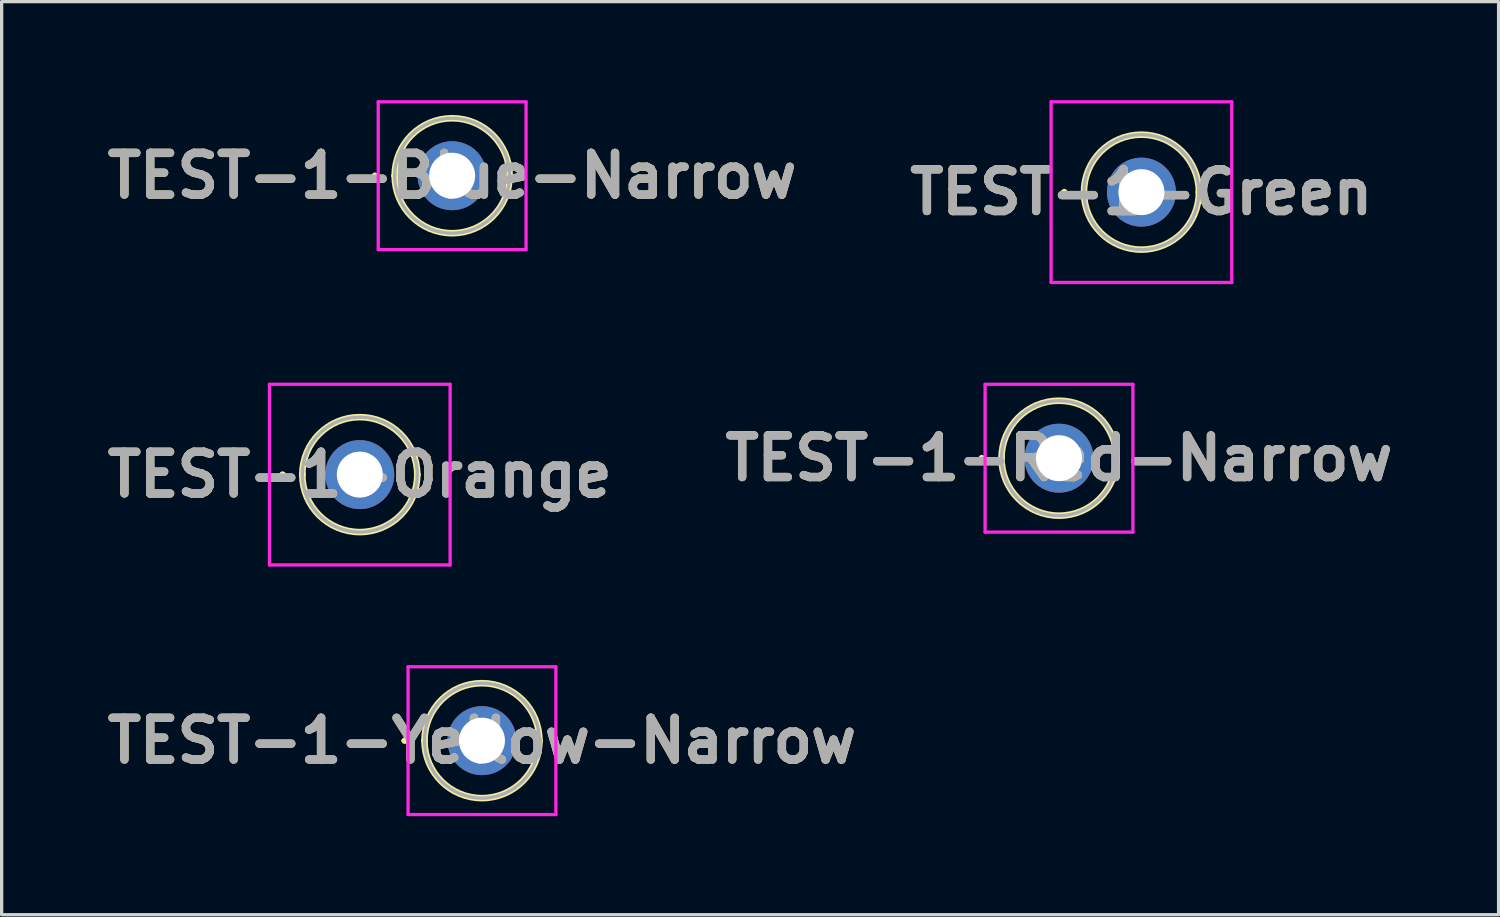
<source format=kicad_pcb>
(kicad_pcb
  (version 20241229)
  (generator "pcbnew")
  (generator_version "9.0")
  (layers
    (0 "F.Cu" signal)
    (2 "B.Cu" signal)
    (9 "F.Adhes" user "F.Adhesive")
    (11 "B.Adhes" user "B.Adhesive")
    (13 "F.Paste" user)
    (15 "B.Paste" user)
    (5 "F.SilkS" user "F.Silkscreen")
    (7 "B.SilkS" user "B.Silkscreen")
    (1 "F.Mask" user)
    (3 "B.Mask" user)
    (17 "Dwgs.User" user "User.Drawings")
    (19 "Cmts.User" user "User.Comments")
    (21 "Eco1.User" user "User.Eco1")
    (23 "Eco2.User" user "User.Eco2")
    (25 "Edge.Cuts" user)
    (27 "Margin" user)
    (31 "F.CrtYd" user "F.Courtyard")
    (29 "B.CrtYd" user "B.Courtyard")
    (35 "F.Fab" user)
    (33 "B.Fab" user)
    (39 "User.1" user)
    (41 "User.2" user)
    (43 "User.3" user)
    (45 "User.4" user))
  (footprint "TEST-1-Orange"
    (layer "F.Cu")
    (at 7.904 11.4)
    (property "Reference" "TEST-1-Orange" (at 0 0 0) (layer "F.SilkS") (effects (font (size 1.27 1.27) (thickness 0.254))))
    (attr through_hole)
    (fp_line (start -2.4 0) (end -2.4 0) (stroke (width 0.1) (type solid)) (layer "F.SilkS"))
    (fp_line (start -2.3 0) (end -2.3 0) (stroke (width 0.1) (type solid)) (layer "F.SilkS"))
    (fp_line (start -1.75 0) (end -1.75 0) (stroke (width 0.2) (type solid)) (layer "F.SilkS"))
    (fp_line (start 1.75 0) (end 1.75 0) (stroke (width 0.2) (type solid)) (layer "F.SilkS"))
    (fp_arc (start -2.4 0) (mid -2.35 -0.05) (end -2.3 0) (stroke (width 0.1) (type solid)) (layer "F.SilkS"))
    (fp_arc (start -2.3 0) (mid -2.35 0.05) (end -2.4 0) (stroke (width 0.1) (type solid)) (layer "F.SilkS"))
    (fp_arc (start -1.75 0) (mid 0 -1.75) (end 1.75 0) (stroke (width 0.2) (type solid)) (layer "F.SilkS"))
    (fp_arc (start 1.75 0) (mid 0 1.75) (end -1.75 0) (stroke (width 0.2) (type solid)) (layer "F.SilkS"))
    (fp_line (start -2.75 -2.75) (end 2.75 -2.75) (stroke (width 0.1) (type solid)) (layer "F.CrtYd"))
    (fp_line (start -2.75 2.75) (end -2.75 -2.75) (stroke (width 0.1) (type solid)) (layer "F.CrtYd"))
    (fp_line (start 2.75 -2.75) (end 2.75 2.75) (stroke (width 0.1) (type solid)) (layer "F.CrtYd"))
    (fp_line (start 2.75 2.75) (end -2.75 2.75) (stroke (width 0.1) (type solid)) (layer "F.CrtYd"))
    (fp_line (start -1.75 0) (end -1.75 0) (stroke (width 0.1) (type solid)) (layer "F.Fab"))
    (fp_line (start 1.75 0) (end 1.75 0) (stroke (width 0.1) (type solid)) (layer "F.Fab"))
    (fp_arc (start -1.75 0) (mid 0 -1.75) (end 1.75 0) (stroke (width 0.1) (type solid)) (layer "F.Fab"))
    (fp_arc (start 1.75 0) (mid 0 1.75) (end -1.75 0) (stroke (width 0.1) (type solid)) (layer "F.Fab"))
    (fp_text user "${REFERENCE}" (at 0 0 0) (layer "F.Fab") (effects (font (size 1.27 1.27) (thickness 0.254))))
    (pad "1" thru_hole circle (at 0 0) (size 2.1 2.1) (drill 1.4) (layers "*.Cu" "*.Mask")))
  (footprint "TEST-1-Yellow-Narrow"
    (layer "F.Cu")
    (at 11.624 19.5)
    (property "Reference" "TEST-1-Yellow-Narrow" (at 0 0 0) (layer "F.SilkS") (effects (font (size 1.27 1.27) (thickness 0.254))))
    (attr through_hole)
    (fp_line (start -2.4 0) (end -2.4 0) (stroke (width 0.1) (type solid)) (layer "F.SilkS"))
    (fp_line (start -2.3 0) (end -2.3 0) (stroke (width 0.1) (type solid)) (layer "F.SilkS"))
    (fp_line (start -1.75 0) (end -1.75 0) (stroke (width 0.2) (type solid)) (layer "F.SilkS"))
    (fp_line (start 1.75 0) (end 1.75 0) (stroke (width 0.2) (type solid)) (layer "F.SilkS"))
    (fp_arc (start -2.4 0) (mid -2.35 -0.05) (end -2.3 0) (stroke (width 0.1) (type solid)) (layer "F.SilkS"))
    (fp_arc (start -2.3 0) (mid -2.35 0.05) (end -2.4 0) (stroke (width 0.1) (type solid)) (layer "F.SilkS"))
    (fp_arc (start -1.75 0) (mid 0 -1.75) (end 1.75 0) (stroke (width 0.2) (type solid)) (layer "F.SilkS"))
    (fp_arc (start 1.75 0) (mid 0 1.75) (end -1.75 0) (stroke (width 0.2) (type solid)) (layer "F.SilkS"))
    (fp_line (start -2.25 -2.25) (end 2.25 -2.25) (stroke (width 0.1) (type solid)) (layer "F.CrtYd"))
    (fp_line (start -2.25 2.25) (end -2.25 -2.25) (stroke (width 0.1) (type solid)) (layer "F.CrtYd"))
    (fp_line (start 2.25 -2.25) (end 2.25 2.25) (stroke (width 0.1) (type solid)) (layer "F.CrtYd"))
    (fp_line (start 2.25 2.25) (end -2.25 2.25) (stroke (width 0.1) (type solid)) (layer "F.CrtYd"))
    (fp_line (start -1.75 0) (end -1.75 0) (stroke (width 0.1) (type solid)) (layer "F.Fab"))
    (fp_line (start 1.75 0) (end 1.75 0) (stroke (width 0.1) (type solid)) (layer "F.Fab"))
    (fp_arc (start -1.75 0) (mid 0 -1.75) (end 1.75 0) (stroke (width 0.1) (type solid)) (layer "F.Fab"))
    (fp_arc (start 1.75 0) (mid 0 1.75) (end -1.75 0) (stroke (width 0.1) (type solid)) (layer "F.Fab"))
    (fp_text user "${REFERENCE}" (at 0 0 0) (layer "F.Fab") (effects (font (size 1.27 1.27) (thickness 0.254))))
    (pad "1" thru_hole circle (at 0 0) (size 2.1 2.1) (drill 1.4) (layers "*.Cu" "*.Mask")))
  (footprint "TEST-1-Red-Narrow"
    (layer "F.Cu")
    (at 29.192 10.9)
    (property "Reference" "TEST-1-Red-Narrow" (at 0 0 0) (layer "F.SilkS") (effects (font (size 1.27 1.27) (thickness 0.254))))
    (attr through_hole)
    (fp_line (start -2.4 0) (end -2.4 0) (stroke (width 0.1) (type solid)) (layer "F.SilkS"))
    (fp_line (start -2.3 0) (end -2.3 0) (stroke (width 0.1) (type solid)) (layer "F.SilkS"))
    (fp_line (start -1.75 0) (end -1.75 0) (stroke (width 0.2) (type solid)) (layer "F.SilkS"))
    (fp_line (start 1.75 0) (end 1.75 0) (stroke (width 0.2) (type solid)) (layer "F.SilkS"))
    (fp_arc (start -2.4 0) (mid -2.35 -0.05) (end -2.3 0) (stroke (width 0.1) (type solid)) (layer "F.SilkS"))
    (fp_arc (start -2.3 0) (mid -2.35 0.05) (end -2.4 0) (stroke (width 0.1) (type solid)) (layer "F.SilkS"))
    (fp_arc (start -1.75 0) (mid 0 -1.75) (end 1.75 0) (stroke (width 0.2) (type solid)) (layer "F.SilkS"))
    (fp_arc (start 1.75 0) (mid 0 1.75) (end -1.75 0) (stroke (width 0.2) (type solid)) (layer "F.SilkS"))
    (fp_line (start -2.25 -2.25) (end 2.25 -2.25) (stroke (width 0.1) (type solid)) (layer "F.CrtYd"))
    (fp_line (start -2.25 2.25) (end -2.25 -2.25) (stroke (width 0.1) (type solid)) (layer "F.CrtYd"))
    (fp_line (start 2.25 -2.25) (end 2.25 2.25) (stroke (width 0.1) (type solid)) (layer "F.CrtYd"))
    (fp_line (start 2.25 2.25) (end -2.25 2.25) (stroke (width 0.1) (type solid)) (layer "F.CrtYd"))
    (fp_line (start -1.75 0) (end -1.75 0) (stroke (width 0.1) (type solid)) (layer "F.Fab"))
    (fp_line (start 1.75 0) (end 1.75 0) (stroke (width 0.1) (type solid)) (layer "F.Fab"))
    (fp_arc (start -1.75 0) (mid 0 -1.75) (end 1.75 0) (stroke (width 0.1) (type solid)) (layer "F.Fab"))
    (fp_arc (start 1.75 0) (mid 0 1.75) (end -1.75 0) (stroke (width 0.1) (type solid)) (layer "F.Fab"))
    (fp_text user "${REFERENCE}" (at 0 0 0) (layer "F.Fab") (effects (font (size 1.27 1.27) (thickness 0.254))))
    (pad "1" thru_hole circle (at 0 0) (size 2.1 2.1) (drill 1.4) (layers "*.Cu" "*.Mask")))
  (footprint "TEST-1-Green"
    (layer "F.Cu")
    (at 31.702 2.8)
    (property "Reference" "TEST-1-Green" (at 0 0 0) (layer "F.SilkS") (effects (font (size 1.27 1.27) (thickness 0.254))))
    (attr through_hole)
    (fp_line (start -2.4 0) (end -2.4 0) (stroke (width 0.1) (type solid)) (layer "F.SilkS"))
    (fp_line (start -2.3 0) (end -2.3 0) (stroke (width 0.1) (type solid)) (layer "F.SilkS"))
    (fp_line (start -1.75 0) (end -1.75 0) (stroke (width 0.2) (type solid)) (layer "F.SilkS"))
    (fp_line (start 1.75 0) (end 1.75 0) (stroke (width 0.2) (type solid)) (layer "F.SilkS"))
    (fp_arc (start -2.4 0) (mid -2.35 -0.05) (end -2.3 0) (stroke (width 0.1) (type solid)) (layer "F.SilkS"))
    (fp_arc (start -2.3 0) (mid -2.35 0.05) (end -2.4 0) (stroke (width 0.1) (type solid)) (layer "F.SilkS"))
    (fp_arc (start -1.75 0) (mid 0 -1.75) (end 1.75 0) (stroke (width 0.2) (type solid)) (layer "F.SilkS"))
    (fp_arc (start 1.75 0) (mid 0 1.75) (end -1.75 0) (stroke (width 0.2) (type solid)) (layer "F.SilkS"))
    (fp_line (start -2.75 -2.75) (end 2.75 -2.75) (stroke (width 0.1) (type solid)) (layer "F.CrtYd"))
    (fp_line (start -2.75 2.75) (end -2.75 -2.75) (stroke (width 0.1) (type solid)) (layer "F.CrtYd"))
    (fp_line (start 2.75 -2.75) (end 2.75 2.75) (stroke (width 0.1) (type solid)) (layer "F.CrtYd"))
    (fp_line (start 2.75 2.75) (end -2.75 2.75) (stroke (width 0.1) (type solid)) (layer "F.CrtYd"))
    (fp_line (start -1.75 0) (end -1.75 0) (stroke (width 0.1) (type solid)) (layer "F.Fab"))
    (fp_line (start 1.75 0) (end 1.75 0) (stroke (width 0.1) (type solid)) (layer "F.Fab"))
    (fp_arc (start -1.75 0) (mid 0 -1.75) (end 1.75 0) (stroke (width 0.1) (type solid)) (layer "F.Fab"))
    (fp_arc (start 1.75 0) (mid 0 1.75) (end -1.75 0) (stroke (width 0.1) (type solid)) (layer "F.Fab"))
    (fp_text user "${REFERENCE}" (at 0 0 0) (layer "F.Fab") (effects (font (size 1.27 1.27) (thickness 0.254))))
    (pad "1" thru_hole circle (at 0 0) (size 2.1 2.1) (drill 1.4) (layers "*.Cu" "*.Mask")))
  (footprint "TEST-1-Blue-Narrow"
    (layer "F.Cu")
    (at 10.716 2.3)
    (property "Reference" "TEST-1-Blue-Narrow" (at 0 0 0) (layer "F.SilkS") (effects (font (size 1.27 1.27) (thickness 0.254))))
    (attr through_hole)
    (fp_line (start -2.4 0) (end -2.4 0) (stroke (width 0.1) (type solid)) (layer "F.SilkS"))
    (fp_line (start -2.3 0) (end -2.3 0) (stroke (width 0.1) (type solid)) (layer "F.SilkS"))
    (fp_line (start -1.75 0) (end -1.75 0) (stroke (width 0.2) (type solid)) (layer "F.SilkS"))
    (fp_line (start 1.75 0) (end 1.75 0) (stroke (width 0.2) (type solid)) (layer "F.SilkS"))
    (fp_arc (start -2.4 0) (mid -2.35 -0.05) (end -2.3 0) (stroke (width 0.1) (type solid)) (layer "F.SilkS"))
    (fp_arc (start -2.3 0) (mid -2.35 0.05) (end -2.4 0) (stroke (width 0.1) (type solid)) (layer "F.SilkS"))
    (fp_arc (start -1.75 0) (mid 0 -1.75) (end 1.75 0) (stroke (width 0.2) (type solid)) (layer "F.SilkS"))
    (fp_arc (start 1.75 0) (mid 0 1.75) (end -1.75 0) (stroke (width 0.2) (type solid)) (layer "F.SilkS"))
    (fp_line (start -2.25 -2.25) (end 2.25 -2.25) (stroke (width 0.1) (type solid)) (layer "F.CrtYd"))
    (fp_line (start -2.25 2.25) (end -2.25 -2.25) (stroke (width 0.1) (type solid)) (layer "F.CrtYd"))
    (fp_line (start 2.25 -2.25) (end 2.25 2.25) (stroke (width 0.1) (type solid)) (layer "F.CrtYd"))
    (fp_line (start 2.25 2.25) (end -2.25 2.25) (stroke (width 0.1) (type solid)) (layer "F.CrtYd"))
    (fp_line (start -1.75 0) (end -1.75 0) (stroke (width 0.1) (type solid)) (layer "F.Fab"))
    (fp_line (start 1.75 0) (end 1.75 0) (stroke (width 0.1) (type solid)) (layer "F.Fab"))
    (fp_arc (start -1.75 0) (mid 0 -1.75) (end 1.75 0) (stroke (width 0.1) (type solid)) (layer "F.Fab"))
    (fp_arc (start 1.75 0) (mid 0 1.75) (end -1.75 0) (stroke (width 0.1) (type solid)) (layer "F.Fab"))
    (fp_text user "${REFERENCE}" (at 0 0 0) (layer "F.Fab") (effects (font (size 1.27 1.27) (thickness 0.254))))
    (pad "1" thru_hole circle (at 0 0) (size 2.1 2.1) (drill 1.4) (layers "*.Cu" "*.Mask")))
  (gr_rect
    (start -3 -3)
    (end 42.576 24.8)
    (stroke (width 0.1) (type default))
    (fill no)
    (layer "Edge.Cuts")))
</source>
